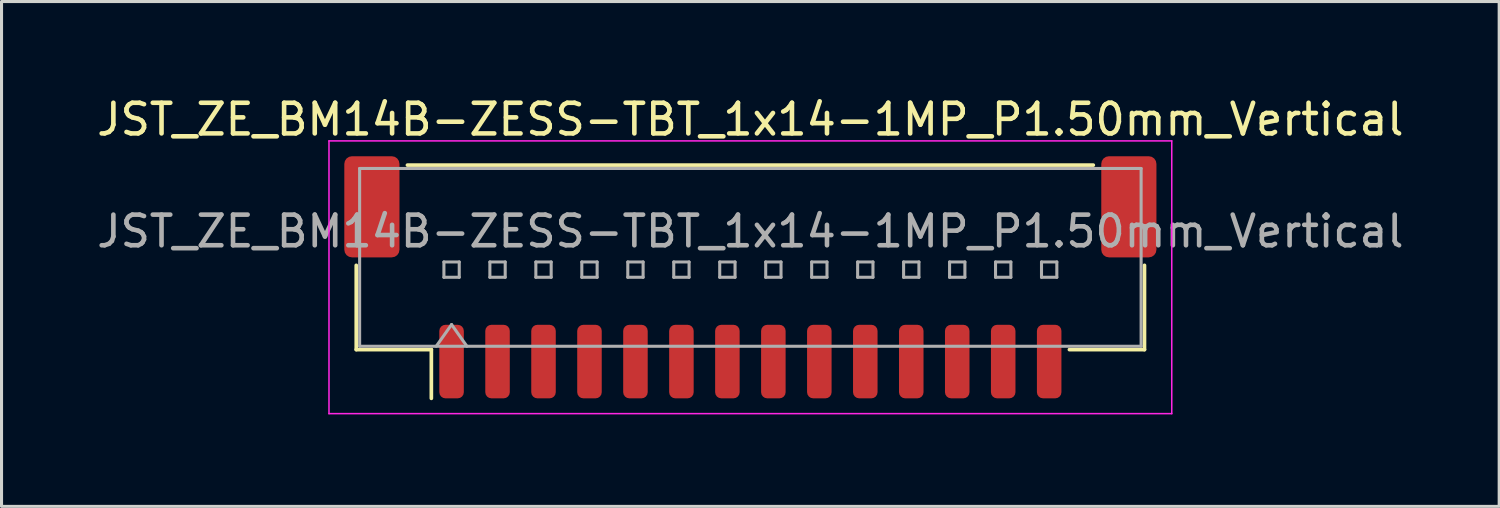
<source format=kicad_pcb>
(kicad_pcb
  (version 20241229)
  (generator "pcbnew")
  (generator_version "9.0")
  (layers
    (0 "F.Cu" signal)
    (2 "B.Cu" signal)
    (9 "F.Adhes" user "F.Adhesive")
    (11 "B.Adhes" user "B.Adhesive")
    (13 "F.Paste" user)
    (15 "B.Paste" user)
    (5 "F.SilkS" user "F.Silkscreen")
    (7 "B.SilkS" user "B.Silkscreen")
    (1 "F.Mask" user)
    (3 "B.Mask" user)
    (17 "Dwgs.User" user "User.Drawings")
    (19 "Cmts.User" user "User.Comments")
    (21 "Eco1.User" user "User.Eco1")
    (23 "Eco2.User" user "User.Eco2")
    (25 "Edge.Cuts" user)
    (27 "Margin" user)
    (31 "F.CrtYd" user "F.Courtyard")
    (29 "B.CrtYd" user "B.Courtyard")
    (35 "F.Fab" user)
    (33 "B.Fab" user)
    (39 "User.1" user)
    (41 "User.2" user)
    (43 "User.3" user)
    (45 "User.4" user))
  (footprint "JST_ZE_BM14B-ZESS-TBT_1x14-1MP_P1.50mm_Vertical"
    (layer "F.Cu")
    (at 21.435 5.998)
    (property "Reference" "JST_ZE_BM14B-ZESS-TBT_1x14-1MP_P1.50mm_Vertical" (at 0 -5.15 0) (layer "F.SilkS") (effects (font (size 1 1) (thickness 0.15))))
    (attr smd)
    (fp_line (start -12.86 -0.39) (end -12.86 2.36) (stroke (width 0.12) (type solid)) (layer "F.SilkS"))
    (fp_line (start -12.86 2.36) (end -10.41 2.36) (stroke (width 0.12) (type solid)) (layer "F.SilkS"))
    (fp_line (start -11.19 -3.66) (end 11.19 -3.66) (stroke (width 0.12) (type solid)) (layer "F.SilkS"))
    (fp_line (start -10.41 2.36) (end -10.41 3.95) (stroke (width 0.12) (type solid)) (layer "F.SilkS"))
    (fp_line (start 12.86 -0.39) (end 12.86 2.36) (stroke (width 0.12) (type solid)) (layer "F.SilkS"))
    (fp_line (start 12.86 2.36) (end 10.41 2.36) (stroke (width 0.12) (type solid)) (layer "F.SilkS"))
    (fp_line (start -13.75 -4.45) (end -13.75 4.45) (stroke (width 0.05) (type solid)) (layer "F.CrtYd"))
    (fp_line (start -13.75 4.45) (end 13.75 4.45) (stroke (width 0.05) (type solid)) (layer "F.CrtYd"))
    (fp_line (start 13.75 -4.45) (end -13.75 -4.45) (stroke (width 0.05) (type solid)) (layer "F.CrtYd"))
    (fp_line (start 13.75 4.45) (end 13.75 -4.45) (stroke (width 0.05) (type solid)) (layer "F.CrtYd"))
    (fp_line (start -12.75 -3.55) (end 12.75 -3.55) (stroke (width 0.1) (type solid)) (layer "F.Fab"))
    (fp_line (start -12.75 2.25) (end -12.75 -3.55) (stroke (width 0.1) (type solid)) (layer "F.Fab"))
    (fp_line (start -12.75 2.25) (end 12.75 2.25) (stroke (width 0.1) (type solid)) (layer "F.Fab"))
    (fp_line (start -10.25 2.25) (end -9.75 1.543) (stroke (width 0.1) (type solid)) (layer "F.Fab"))
    (fp_line (start -10 -0.5) (end -10 0) (stroke (width 0.1) (type solid)) (layer "F.Fab"))
    (fp_line (start -10 0) (end -9.5 0) (stroke (width 0.1) (type solid)) (layer "F.Fab"))
    (fp_line (start -9.75 1.543) (end -9.25 2.25) (stroke (width 0.1) (type solid)) (layer "F.Fab"))
    (fp_line (start -9.5 -0.5) (end -10 -0.5) (stroke (width 0.1) (type solid)) (layer "F.Fab"))
    (fp_line (start -9.5 0) (end -9.5 -0.5) (stroke (width 0.1) (type solid)) (layer "F.Fab"))
    (fp_line (start -8.5 -0.5) (end -8.5 0) (stroke (width 0.1) (type solid)) (layer "F.Fab"))
    (fp_line (start -8.5 0) (end -8 0) (stroke (width 0.1) (type solid)) (layer "F.Fab"))
    (fp_line (start -8 -0.5) (end -8.5 -0.5) (stroke (width 0.1) (type solid)) (layer "F.Fab"))
    (fp_line (start -8 0) (end -8 -0.5) (stroke (width 0.1) (type solid)) (layer "F.Fab"))
    (fp_line (start -7 -0.5) (end -7 0) (stroke (width 0.1) (type solid)) (layer "F.Fab"))
    (fp_line (start -7 0) (end -6.5 0) (stroke (width 0.1) (type solid)) (layer "F.Fab"))
    (fp_line (start -6.5 -0.5) (end -7 -0.5) (stroke (width 0.1) (type solid)) (layer "F.Fab"))
    (fp_line (start -6.5 0) (end -6.5 -0.5) (stroke (width 0.1) (type solid)) (layer "F.Fab"))
    (fp_line (start -5.5 -0.5) (end -5.5 0) (stroke (width 0.1) (type solid)) (layer "F.Fab"))
    (fp_line (start -5.5 0) (end -5 0) (stroke (width 0.1) (type solid)) (layer "F.Fab"))
    (fp_line (start -5 -0.5) (end -5.5 -0.5) (stroke (width 0.1) (type solid)) (layer "F.Fab"))
    (fp_line (start -5 0) (end -5 -0.5) (stroke (width 0.1) (type solid)) (layer "F.Fab"))
    (fp_line (start -4 -0.5) (end -4 0) (stroke (width 0.1) (type solid)) (layer "F.Fab"))
    (fp_line (start -4 0) (end -3.5 0) (stroke (width 0.1) (type solid)) (layer "F.Fab"))
    (fp_line (start -3.5 -0.5) (end -4 -0.5) (stroke (width 0.1) (type solid)) (layer "F.Fab"))
    (fp_line (start -3.5 0) (end -3.5 -0.5) (stroke (width 0.1) (type solid)) (layer "F.Fab"))
    (fp_line (start -2.5 -0.5) (end -2.5 0) (stroke (width 0.1) (type solid)) (layer "F.Fab"))
    (fp_line (start -2.5 0) (end -2 0) (stroke (width 0.1) (type solid)) (layer "F.Fab"))
    (fp_line (start -2 -0.5) (end -2.5 -0.5) (stroke (width 0.1) (type solid)) (layer "F.Fab"))
    (fp_line (start -2 0) (end -2 -0.5) (stroke (width 0.1) (type solid)) (layer "F.Fab"))
    (fp_line (start -1 -0.5) (end -1 0) (stroke (width 0.1) (type solid)) (layer "F.Fab"))
    (fp_line (start -1 0) (end -0.5 0) (stroke (width 0.1) (type solid)) (layer "F.Fab"))
    (fp_line (start -0.5 -0.5) (end -1 -0.5) (stroke (width 0.1) (type solid)) (layer "F.Fab"))
    (fp_line (start -0.5 0) (end -0.5 -0.5) (stroke (width 0.1) (type solid)) (layer "F.Fab"))
    (fp_line (start 0.5 -0.5) (end 0.5 0) (stroke (width 0.1) (type solid)) (layer "F.Fab"))
    (fp_line (start 0.5 0) (end 1 0) (stroke (width 0.1) (type solid)) (layer "F.Fab"))
    (fp_line (start 1 -0.5) (end 0.5 -0.5) (stroke (width 0.1) (type solid)) (layer "F.Fab"))
    (fp_line (start 1 0) (end 1 -0.5) (stroke (width 0.1) (type solid)) (layer "F.Fab"))
    (fp_line (start 2 -0.5) (end 2 0) (stroke (width 0.1) (type solid)) (layer "F.Fab"))
    (fp_line (start 2 0) (end 2.5 0) (stroke (width 0.1) (type solid)) (layer "F.Fab"))
    (fp_line (start 2.5 -0.5) (end 2 -0.5) (stroke (width 0.1) (type solid)) (layer "F.Fab"))
    (fp_line (start 2.5 0) (end 2.5 -0.5) (stroke (width 0.1) (type solid)) (layer "F.Fab"))
    (fp_line (start 3.5 -0.5) (end 3.5 0) (stroke (width 0.1) (type solid)) (layer "F.Fab"))
    (fp_line (start 3.5 0) (end 4 0) (stroke (width 0.1) (type solid)) (layer "F.Fab"))
    (fp_line (start 4 -0.5) (end 3.5 -0.5) (stroke (width 0.1) (type solid)) (layer "F.Fab"))
    (fp_line (start 4 0) (end 4 -0.5) (stroke (width 0.1) (type solid)) (layer "F.Fab"))
    (fp_line (start 5 -0.5) (end 5 0) (stroke (width 0.1) (type solid)) (layer "F.Fab"))
    (fp_line (start 5 0) (end 5.5 0) (stroke (width 0.1) (type solid)) (layer "F.Fab"))
    (fp_line (start 5.5 -0.5) (end 5 -0.5) (stroke (width 0.1) (type solid)) (layer "F.Fab"))
    (fp_line (start 5.5 0) (end 5.5 -0.5) (stroke (width 0.1) (type solid)) (layer "F.Fab"))
    (fp_line (start 6.5 -0.5) (end 6.5 0) (stroke (width 0.1) (type solid)) (layer "F.Fab"))
    (fp_line (start 6.5 0) (end 7 0) (stroke (width 0.1) (type solid)) (layer "F.Fab"))
    (fp_line (start 7 -0.5) (end 6.5 -0.5) (stroke (width 0.1) (type solid)) (layer "F.Fab"))
    (fp_line (start 7 0) (end 7 -0.5) (stroke (width 0.1) (type solid)) (layer "F.Fab"))
    (fp_line (start 8 -0.5) (end 8 0) (stroke (width 0.1) (type solid)) (layer "F.Fab"))
    (fp_line (start 8 0) (end 8.5 0) (stroke (width 0.1) (type solid)) (layer "F.Fab"))
    (fp_line (start 8.5 -0.5) (end 8 -0.5) (stroke (width 0.1) (type solid)) (layer "F.Fab"))
    (fp_line (start 8.5 0) (end 8.5 -0.5) (stroke (width 0.1) (type solid)) (layer "F.Fab"))
    (fp_line (start 9.5 -0.5) (end 9.5 0) (stroke (width 0.1) (type solid)) (layer "F.Fab"))
    (fp_line (start 9.5 0) (end 10 0) (stroke (width 0.1) (type solid)) (layer "F.Fab"))
    (fp_line (start 10 -0.5) (end 9.5 -0.5) (stroke (width 0.1) (type solid)) (layer "F.Fab"))
    (fp_line (start 10 0) (end 10 -0.5) (stroke (width 0.1) (type solid)) (layer "F.Fab"))
    (fp_line (start 12.75 2.25) (end 12.75 -3.55) (stroke (width 0.1) (type solid)) (layer "F.Fab"))
    (fp_text user "${REFERENCE}" (at 0 -1.5 0) (layer "F.Fab") (effects (font (size 1 1) (thickness 0.15))))
    (pad "1" smd roundrect (at -9.75 2.75) (size 0.8 2.4) (layers "F.Cu" "F.Mask" "F.Paste") (roundrect_rratio 0.25))
    (pad "2" smd roundrect (at -8.25 2.75) (size 0.8 2.4) (layers "F.Cu" "F.Mask" "F.Paste") (roundrect_rratio 0.25))
    (pad "3" smd roundrect (at -6.75 2.75) (size 0.8 2.4) (layers "F.Cu" "F.Mask" "F.Paste") (roundrect_rratio 0.25))
    (pad "4" smd roundrect (at -5.25 2.75) (size 0.8 2.4) (layers "F.Cu" "F.Mask" "F.Paste") (roundrect_rratio 0.25))
    (pad "5" smd roundrect (at -3.75 2.75) (size 0.8 2.4) (layers "F.Cu" "F.Mask" "F.Paste") (roundrect_rratio 0.25))
    (pad "6" smd roundrect (at -2.25 2.75) (size 0.8 2.4) (layers "F.Cu" "F.Mask" "F.Paste") (roundrect_rratio 0.25))
    (pad "7" smd roundrect (at -0.75 2.75) (size 0.8 2.4) (layers "F.Cu" "F.Mask" "F.Paste") (roundrect_rratio 0.25))
    (pad "8" smd roundrect (at 0.75 2.75) (size 0.8 2.4) (layers "F.Cu" "F.Mask" "F.Paste") (roundrect_rratio 0.25))
    (pad "9" smd roundrect (at 2.25 2.75) (size 0.8 2.4) (layers "F.Cu" "F.Mask" "F.Paste") (roundrect_rratio 0.25))
    (pad "10" smd roundrect (at 3.75 2.75) (size 0.8 2.4) (layers "F.Cu" "F.Mask" "F.Paste") (roundrect_rratio 0.25))
    (pad "11" smd roundrect (at 5.25 2.75) (size 0.8 2.4) (layers "F.Cu" "F.Mask" "F.Paste") (roundrect_rratio 0.25))
    (pad "12" smd roundrect (at 6.75 2.75) (size 0.8 2.4) (layers "F.Cu" "F.Mask" "F.Paste") (roundrect_rratio 0.25))
    (pad "13" smd roundrect (at 8.25 2.75) (size 0.8 2.4) (layers "F.Cu" "F.Mask" "F.Paste") (roundrect_rratio 0.25))
    (pad "14" smd roundrect (at 9.75 2.75) (size 0.8 2.4) (layers "F.Cu" "F.Mask" "F.Paste") (roundrect_rratio 0.25))
    (pad "MP" smd roundrect (at -12.35 -2.3) (size 1.8 3.3) (layers "F.Cu" "F.Mask" "F.Paste") (roundrect_rratio 0.139))
    (pad "MP" smd roundrect (at 12.35 -2.3) (size 1.8 3.3) (layers "F.Cu" "F.Mask" "F.Paste") (roundrect_rratio 0.139)))
  (gr_rect
    (start -3 -3)
    (end 45.869 13.473)
    (stroke (width 0.1) (type default))
    (fill no)
    (layer "Edge.Cuts")))
</source>
